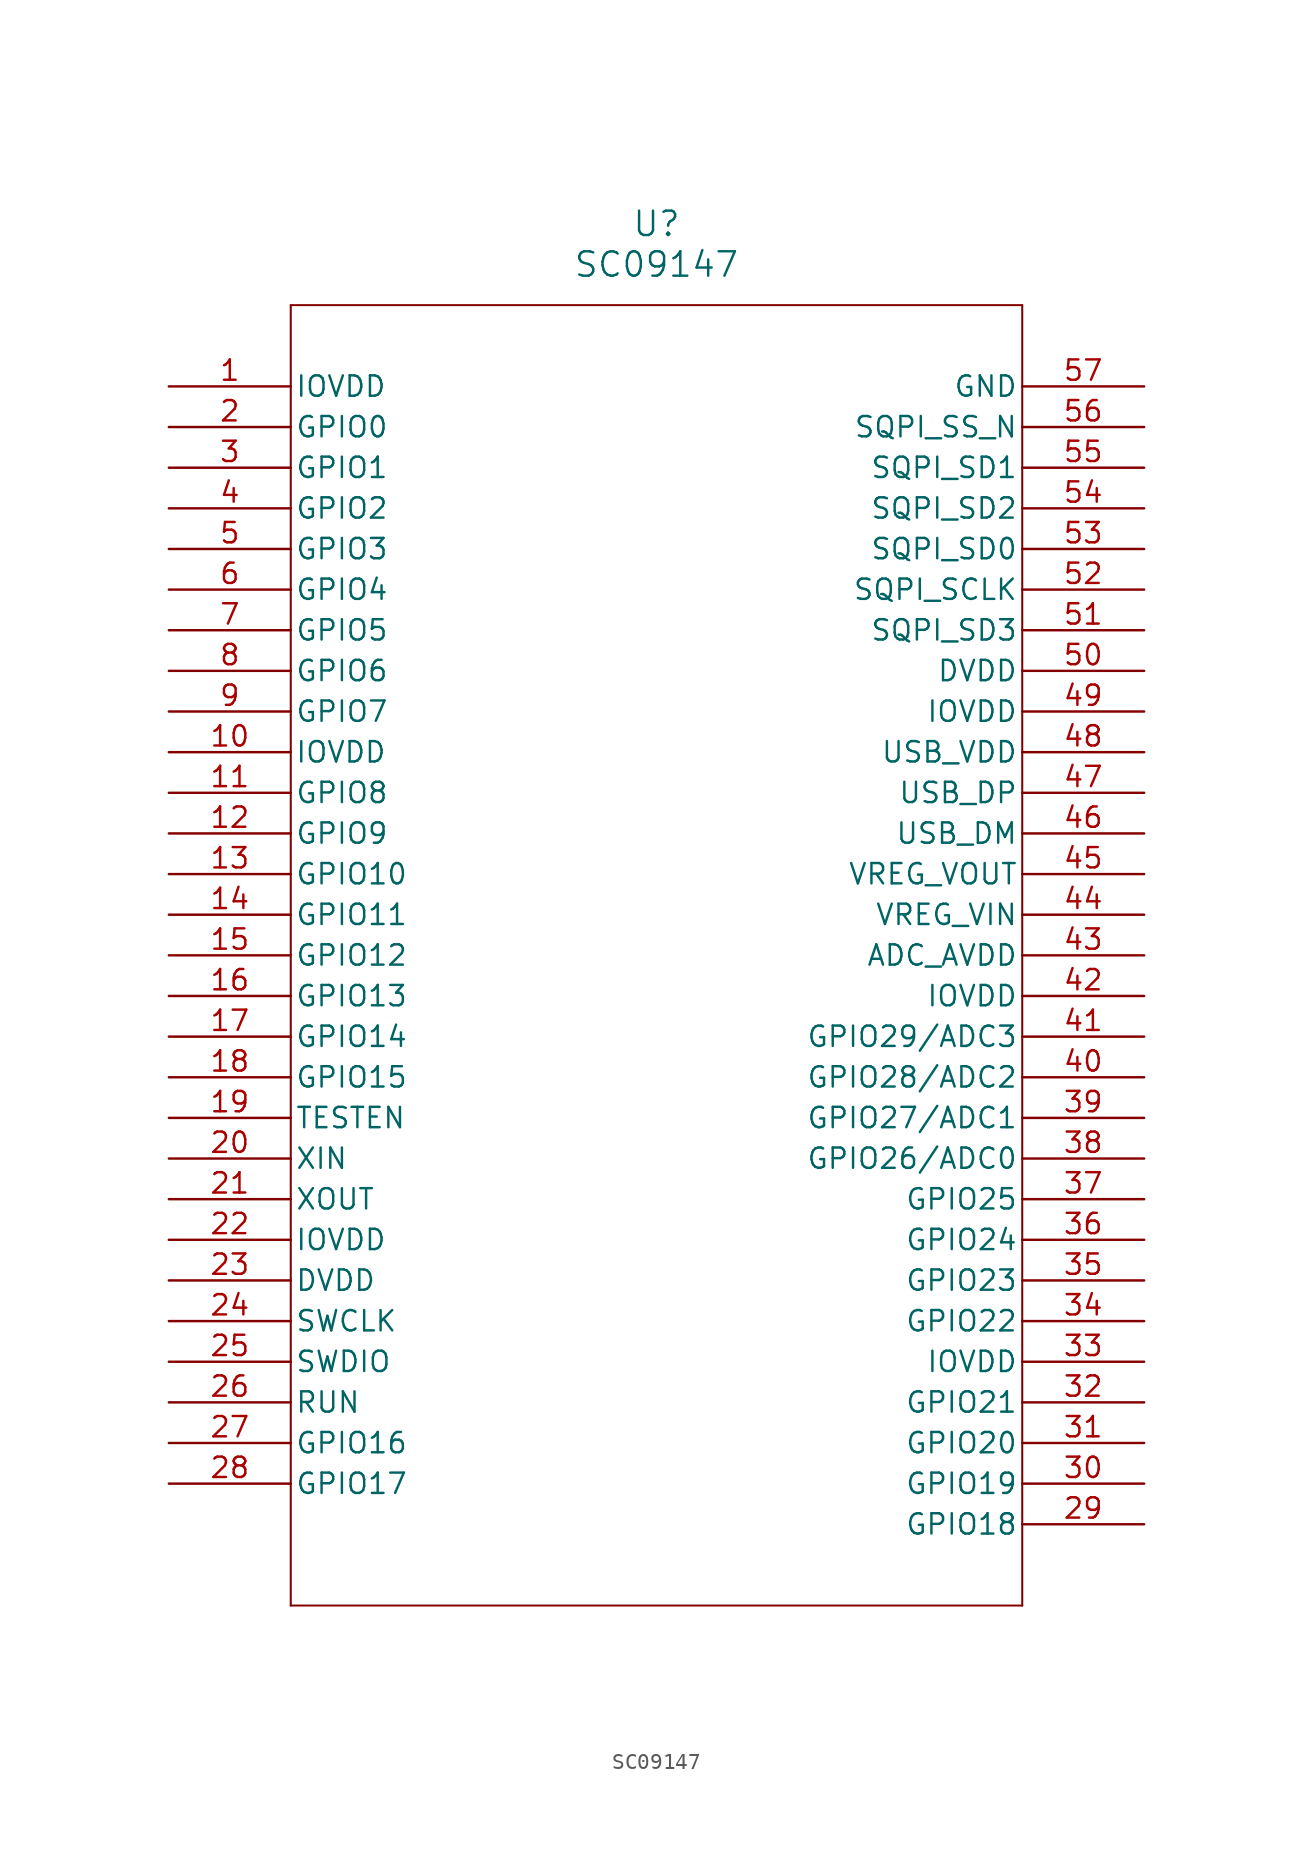
<source format=kicad_sym>
(kicad_symbol_lib
  (version 20241209)
  (generator "kicad_symbol_editor")
  (generator_version "9.0")
  (symbol "SC09147"
    (pin_names
      (offset 0.254))
    (property "Reference" "U"
      (at 30.48 10.16 0)
      (effects (font (size 1.524 1.524))))
    (property "Value" "SC09147"
      (at 30.48 7.62 0)
      (effects (font (size 1.524 1.524))))
    (property "ki_locked" ""
      (at 0 0 0)
      (effects (font (size 1.27 1.27))))
    (symbol "SC09147_0_1"
      (polyline (pts (xy 7.62 5.08) (xy 7.62 -76.2)) (stroke (width 0.127) (type default)) (fill (type none)))
      (polyline (pts (xy 7.62 -76.2) (xy 53.34 -76.2)) (stroke (width 0.127) (type default)) (fill (type none)))
      (polyline (pts (xy 53.34 5.08) (xy 7.62 5.08)) (stroke (width 0.127) (type default)) (fill (type none)))
      (polyline (pts (xy 53.34 -76.2) (xy 53.34 5.08)) (stroke (width 0.127) (type default)) (fill (type none)))
      (pin power_in line (at 0 0 0) (length 7.62) (name "IOVDD" (effects (font (size 1.27 1.27)))) (number "1" (effects (font (size 1.27 1.27)))))
      (pin bidirectional line (at 0 -2.54 0) (length 7.62) (name "GPIO0" (effects (font (size 1.27 1.27)))) (number "2" (effects (font (size 1.27 1.27)))))
      (pin bidirectional line (at 0 -5.08 0) (length 7.62) (name "GPIO1" (effects (font (size 1.27 1.27)))) (number "3" (effects (font (size 1.27 1.27)))))
      (pin bidirectional line (at 0 -7.62 0) (length 7.62) (name "GPIO2" (effects (font (size 1.27 1.27)))) (number "4" (effects (font (size 1.27 1.27)))))
      (pin bidirectional line (at 0 -10.16 0) (length 7.62) (name "GPIO3" (effects (font (size 1.27 1.27)))) (number "5" (effects (font (size 1.27 1.27)))))
      (pin bidirectional line (at 0 -12.7 0) (length 7.62) (name "GPIO4" (effects (font (size 1.27 1.27)))) (number "6" (effects (font (size 1.27 1.27)))))
      (pin bidirectional line (at 0 -15.24 0) (length 7.62) (name "GPIO5" (effects (font (size 1.27 1.27)))) (number "7" (effects (font (size 1.27 1.27)))))
      (pin bidirectional line (at 0 -17.78 0) (length 7.62) (name "GPIO6" (effects (font (size 1.27 1.27)))) (number "8" (effects (font (size 1.27 1.27)))))
      (pin bidirectional line (at 0 -20.32 0) (length 7.62) (name "GPIO7" (effects (font (size 1.27 1.27)))) (number "9" (effects (font (size 1.27 1.27)))))
      (pin power_in line (at 0 -22.86 0) (length 7.62) (name "IOVDD" (effects (font (size 1.27 1.27)))) (number "10" (effects (font (size 1.27 1.27)))))
      (pin bidirectional line (at 0 -25.4 0) (length 7.62) (name "GPIO8" (effects (font (size 1.27 1.27)))) (number "11" (effects (font (size 1.27 1.27)))))
      (pin bidirectional line (at 0 -27.94 0) (length 7.62) (name "GPIO9" (effects (font (size 1.27 1.27)))) (number "12" (effects (font (size 1.27 1.27)))))
      (pin bidirectional line (at 0 -30.48 0) (length 7.62) (name "GPIO10" (effects (font (size 1.27 1.27)))) (number "13" (effects (font (size 1.27 1.27)))))
      (pin bidirectional line (at 0 -33.02 0) (length 7.62) (name "GPIO11" (effects (font (size 1.27 1.27)))) (number "14" (effects (font (size 1.27 1.27)))))
      (pin bidirectional line (at 0 -35.56 0) (length 7.62) (name "GPIO12" (effects (font (size 1.27 1.27)))) (number "15" (effects (font (size 1.27 1.27)))))
      (pin bidirectional line (at 0 -38.1 0) (length 7.62) (name "GPIO13" (effects (font (size 1.27 1.27)))) (number "16" (effects (font (size 1.27 1.27)))))
      (pin bidirectional line (at 0 -40.64 0) (length 7.62) (name "GPIO14" (effects (font (size 1.27 1.27)))) (number "17" (effects (font (size 1.27 1.27)))))
      (pin bidirectional line (at 0 -43.18 0) (length 7.62) (name "GPIO15" (effects (font (size 1.27 1.27)))) (number "18" (effects (font (size 1.27 1.27)))))
      (pin input line (at 0 -45.72 0) (length 7.62) (name "TESTEN" (effects (font (size 1.27 1.27)))) (number "19" (effects (font (size 1.27 1.27)))))
      (pin input line (at 0 -48.26 0) (length 7.62) (name "XIN" (effects (font (size 1.27 1.27)))) (number "20" (effects (font (size 1.27 1.27)))))
      (pin output line (at 0 -50.8 0) (length 7.62) (name "XOUT" (effects (font (size 1.27 1.27)))) (number "21" (effects (font (size 1.27 1.27)))))
      (pin power_in line (at 0 -53.34 0) (length 7.62) (name "IOVDD" (effects (font (size 1.27 1.27)))) (number "22" (effects (font (size 1.27 1.27)))))
      (pin power_in line (at 0 -55.88 0) (length 7.62) (name "DVDD" (effects (font (size 1.27 1.27)))) (number "23" (effects (font (size 1.27 1.27)))))
      (pin input line (at 0 -58.42 0) (length 7.62) (name "SWCLK" (effects (font (size 1.27 1.27)))) (number "24" (effects (font (size 1.27 1.27)))))
      (pin bidirectional line (at 0 -60.96 0) (length 7.62) (name "SWDIO" (effects (font (size 1.27 1.27)))) (number "25" (effects (font (size 1.27 1.27)))))
      (pin input line (at 0 -63.5 0) (length 7.62) (name "RUN" (effects (font (size 1.27 1.27)))) (number "26" (effects (font (size 1.27 1.27)))))
      (pin bidirectional line (at 0 -66.04 0) (length 7.62) (name "GPIO16" (effects (font (size 1.27 1.27)))) (number "27" (effects (font (size 1.27 1.27)))))
      (pin bidirectional line (at 0 -68.58 0) (length 7.62) (name "GPIO17" (effects (font (size 1.27 1.27)))) (number "28" (effects (font (size 1.27 1.27)))))
      (pin power_out line (at 60.96 0 180) (length 7.62) (name "GND" (effects (font (size 1.27 1.27)))) (number "57" (effects (font (size 1.27 1.27)))))
      (pin bidirectional line (at 60.96 -2.54 180) (length 7.62) (name "SQPI_SS_N" (effects (font (size 1.27 1.27)))) (number "56" (effects (font (size 1.27 1.27)))))
      (pin bidirectional line (at 60.96 -5.08 180) (length 7.62) (name "SQPI_SD1" (effects (font (size 1.27 1.27)))) (number "55" (effects (font (size 1.27 1.27)))))
      (pin bidirectional line (at 60.96 -7.62 180) (length 7.62) (name "SQPI_SD2" (effects (font (size 1.27 1.27)))) (number "54" (effects (font (size 1.27 1.27)))))
      (pin bidirectional line (at 60.96 -10.16 180) (length 7.62) (name "SQPI_SD0" (effects (font (size 1.27 1.27)))) (number "53" (effects (font (size 1.27 1.27)))))
      (pin bidirectional line (at 60.96 -12.7 180) (length 7.62) (name "SQPI_SCLK" (effects (font (size 1.27 1.27)))) (number "52" (effects (font (size 1.27 1.27)))))
      (pin bidirectional line (at 60.96 -15.24 180) (length 7.62) (name "SQPI_SD3" (effects (font (size 1.27 1.27)))) (number "51" (effects (font (size 1.27 1.27)))))
      (pin power_in line (at 60.96 -17.78 180) (length 7.62) (name "DVDD" (effects (font (size 1.27 1.27)))) (number "50" (effects (font (size 1.27 1.27)))))
      (pin power_in line (at 60.96 -20.32 180) (length 7.62) (name "IOVDD" (effects (font (size 1.27 1.27)))) (number "49" (effects (font (size 1.27 1.27)))))
      (pin power_in line (at 60.96 -22.86 180) (length 7.62) (name "USB_VDD" (effects (font (size 1.27 1.27)))) (number "48" (effects (font (size 1.27 1.27)))))
      (pin bidirectional line (at 60.96 -25.4 180) (length 7.62) (name "USB_DP" (effects (font (size 1.27 1.27)))) (number "47" (effects (font (size 1.27 1.27)))))
      (pin bidirectional line (at 60.96 -27.94 180) (length 7.62) (name "USB_DM" (effects (font (size 1.27 1.27)))) (number "46" (effects (font (size 1.27 1.27)))))
      (pin power_in line (at 60.96 -30.48 180) (length 7.62) (name "VREG_VOUT" (effects (font (size 1.27 1.27)))) (number "45" (effects (font (size 1.27 1.27)))))
      (pin power_in line (at 60.96 -33.02 180) (length 7.62) (name "VREG_VIN" (effects (font (size 1.27 1.27)))) (number "44" (effects (font (size 1.27 1.27)))))
      (pin power_in line (at 60.96 -35.56 180) (length 7.62) (name "ADC_AVDD" (effects (font (size 1.27 1.27)))) (number "43" (effects (font (size 1.27 1.27)))))
      (pin power_in line (at 60.96 -38.1 180) (length 7.62) (name "IOVDD" (effects (font (size 1.27 1.27)))) (number "42" (effects (font (size 1.27 1.27)))))
      (pin bidirectional line (at 60.96 -40.64 180) (length 7.62) (name "GPIO29/ADC3" (effects (font (size 1.27 1.27)))) (number "41" (effects (font (size 1.27 1.27)))))
      (pin bidirectional line (at 60.96 -43.18 180) (length 7.62) (name "GPIO28/ADC2" (effects (font (size 1.27 1.27)))) (number "40" (effects (font (size 1.27 1.27)))))
      (pin bidirectional line (at 60.96 -45.72 180) (length 7.62) (name "GPIO27/ADC1" (effects (font (size 1.27 1.27)))) (number "39" (effects (font (size 1.27 1.27)))))
      (pin bidirectional line (at 60.96 -48.26 180) (length 7.62) (name "GPIO26/ADC0" (effects (font (size 1.27 1.27)))) (number "38" (effects (font (size 1.27 1.27)))))
      (pin bidirectional line (at 60.96 -50.8 180) (length 7.62) (name "GPIO25" (effects (font (size 1.27 1.27)))) (number "37" (effects (font (size 1.27 1.27)))))
      (pin bidirectional line (at 60.96 -53.34 180) (length 7.62) (name "GPIO24" (effects (font (size 1.27 1.27)))) (number "36" (effects (font (size 1.27 1.27)))))
      (pin bidirectional line (at 60.96 -55.88 180) (length 7.62) (name "GPIO23" (effects (font (size 1.27 1.27)))) (number "35" (effects (font (size 1.27 1.27)))))
      (pin bidirectional line (at 60.96 -58.42 180) (length 7.62) (name "GPIO22" (effects (font (size 1.27 1.27)))) (number "34" (effects (font (size 1.27 1.27)))))
      (pin power_in line (at 60.96 -60.96 180) (length 7.62) (name "IOVDD" (effects (font (size 1.27 1.27)))) (number "33" (effects (font (size 1.27 1.27)))))
      (pin bidirectional line (at 60.96 -63.5 180) (length 7.62) (name "GPIO21" (effects (font (size 1.27 1.27)))) (number "32" (effects (font (size 1.27 1.27)))))
      (pin bidirectional line (at 60.96 -66.04 180) (length 7.62) (name "GPIO20" (effects (font (size 1.27 1.27)))) (number "31" (effects (font (size 1.27 1.27)))))
      (pin bidirectional line (at 60.96 -68.58 180) (length 7.62) (name "GPIO19" (effects (font (size 1.27 1.27)))) (number "30" (effects (font (size 1.27 1.27)))))
      (pin bidirectional line (at 60.96 -71.12 180) (length 7.62) (name "GPIO18" (effects (font (size 1.27 1.27)))) (number "29" (effects (font (size 1.27 1.27))))))))
</source>
